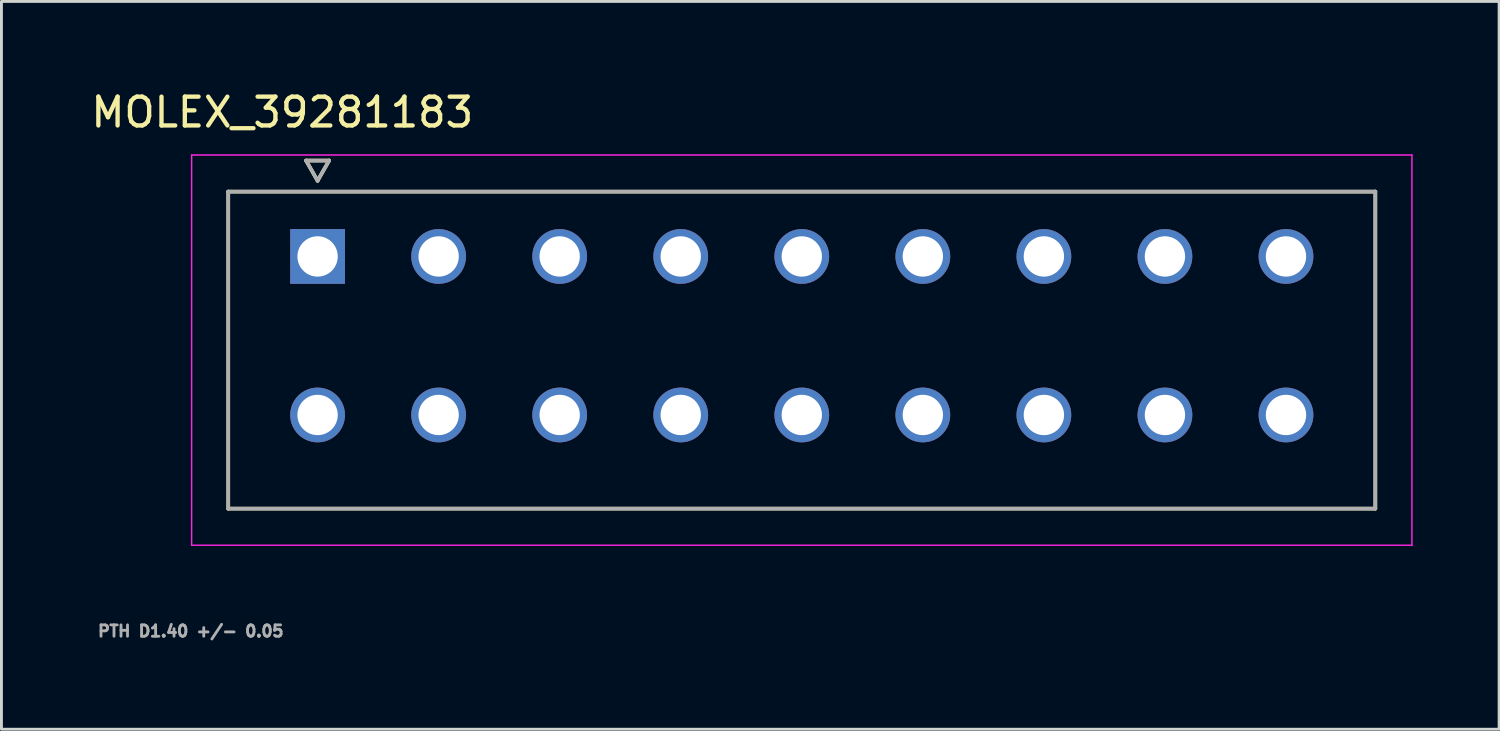
<source format=kicad_pcb>
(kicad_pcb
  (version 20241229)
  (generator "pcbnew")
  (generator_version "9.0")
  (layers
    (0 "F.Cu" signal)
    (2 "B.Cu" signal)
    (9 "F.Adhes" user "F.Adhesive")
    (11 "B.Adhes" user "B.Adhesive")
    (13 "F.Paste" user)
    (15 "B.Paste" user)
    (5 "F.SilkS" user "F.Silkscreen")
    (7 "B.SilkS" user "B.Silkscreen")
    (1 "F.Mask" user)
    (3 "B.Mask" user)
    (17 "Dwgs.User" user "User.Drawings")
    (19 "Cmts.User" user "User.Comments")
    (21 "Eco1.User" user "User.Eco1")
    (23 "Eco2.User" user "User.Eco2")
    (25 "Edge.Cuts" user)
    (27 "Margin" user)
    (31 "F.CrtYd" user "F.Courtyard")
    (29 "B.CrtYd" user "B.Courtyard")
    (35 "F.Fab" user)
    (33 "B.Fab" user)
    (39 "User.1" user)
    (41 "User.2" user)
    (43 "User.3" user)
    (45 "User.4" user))
  (footprint "MOLEX_39281183"
    (layer "F.Cu")
    (at 7.969 5.848)
    (property "Reference" "MOLEX_39281183" (at -1.225 -5 0) (layer "F.SilkS") (effects (font (size 1 1) (thickness 0.15))))
    (attr through_hole)
    (fp_circle (center 0 5.5) (end 0.513 5.5) (stroke (width 1.026) (type solid)) (fill no) (layer "F.Mask"))
    (fp_circle (center 4.2 0) (end 4.713 0) (stroke (width 1.026) (type solid)) (fill no) (layer "F.Mask"))
    (fp_circle (center 4.2 5.5) (end 4.713 5.5) (stroke (width 1.026) (type solid)) (fill no) (layer "F.Mask"))
    (fp_circle (center 8.4 0) (end 8.913 0) (stroke (width 1.026) (type solid)) (fill no) (layer "F.Mask"))
    (fp_circle (center 8.4 5.5) (end 8.913 5.5) (stroke (width 1.026) (type solid)) (fill no) (layer "F.Mask"))
    (fp_circle (center 12.6 0) (end 13.113 0) (stroke (width 1.026) (type solid)) (fill no) (layer "F.Mask"))
    (fp_circle (center 12.6 5.5) (end 13.113 5.5) (stroke (width 1.026) (type solid)) (fill no) (layer "F.Mask"))
    (fp_circle (center 16.8 0) (end 17.313 0) (stroke (width 1.026) (type solid)) (fill no) (layer "F.Mask"))
    (fp_circle (center 16.8 5.5) (end 17.313 5.5) (stroke (width 1.026) (type solid)) (fill no) (layer "F.Mask"))
    (fp_circle (center 21 0) (end 21.513 0) (stroke (width 1.026) (type solid)) (fill no) (layer "F.Mask"))
    (fp_circle (center 21 5.5) (end 21.513 5.5) (stroke (width 1.026) (type solid)) (fill no) (layer "F.Mask"))
    (fp_circle (center 25.2 0) (end 25.713 0) (stroke (width 1.026) (type solid)) (fill no) (layer "F.Mask"))
    (fp_circle (center 25.2 5.5) (end 25.713 5.5) (stroke (width 1.026) (type solid)) (fill no) (layer "F.Mask"))
    (fp_circle (center 29.4 0) (end 29.913 0) (stroke (width 1.026) (type solid)) (fill no) (layer "F.Mask"))
    (fp_circle (center 29.4 5.5) (end 29.913 5.5) (stroke (width 1.026) (type solid)) (fill no) (layer "F.Mask"))
    (fp_circle (center 33.6 0) (end 34.113 0) (stroke (width 1.026) (type solid)) (fill no) (layer "F.Mask"))
    (fp_circle (center 33.6 5.5) (end 34.113 5.5) (stroke (width 1.026) (type solid)) (fill no) (layer "F.Mask"))
    (fp_poly (pts (xy -1.026 -1.026) (xy 1.026 -1.026) (xy 1.026 1.026) (xy -1.026 1.026)) (stroke (width 0.01) (type solid)) (fill yes) (layer "F.Mask"))
    (fp_circle (center 0 5.5) (end 0.513 5.5) (stroke (width 1.026) (type solid)) (fill no) (layer "B.Mask"))
    (fp_circle (center 4.2 0) (end 4.713 0) (stroke (width 1.026) (type solid)) (fill no) (layer "B.Mask"))
    (fp_circle (center 4.2 5.5) (end 4.713 5.5) (stroke (width 1.026) (type solid)) (fill no) (layer "B.Mask"))
    (fp_circle (center 8.4 0) (end 8.913 0) (stroke (width 1.026) (type solid)) (fill no) (layer "B.Mask"))
    (fp_circle (center 8.4 5.5) (end 8.913 5.5) (stroke (width 1.026) (type solid)) (fill no) (layer "B.Mask"))
    (fp_circle (center 12.6 0) (end 13.113 0) (stroke (width 1.026) (type solid)) (fill no) (layer "B.Mask"))
    (fp_circle (center 12.6 5.5) (end 13.113 5.5) (stroke (width 1.026) (type solid)) (fill no) (layer "B.Mask"))
    (fp_circle (center 16.8 0) (end 17.313 0) (stroke (width 1.026) (type solid)) (fill no) (layer "B.Mask"))
    (fp_circle (center 16.8 5.5) (end 17.313 5.5) (stroke (width 1.026) (type solid)) (fill no) (layer "B.Mask"))
    (fp_circle (center 21 0) (end 21.513 0) (stroke (width 1.026) (type solid)) (fill no) (layer "B.Mask"))
    (fp_circle (center 21 5.5) (end 21.513 5.5) (stroke (width 1.026) (type solid)) (fill no) (layer "B.Mask"))
    (fp_circle (center 25.2 0) (end 25.713 0) (stroke (width 1.026) (type solid)) (fill no) (layer "B.Mask"))
    (fp_circle (center 25.2 5.5) (end 25.713 5.5) (stroke (width 1.026) (type solid)) (fill no) (layer "B.Mask"))
    (fp_circle (center 29.4 0) (end 29.913 0) (stroke (width 1.026) (type solid)) (fill no) (layer "B.Mask"))
    (fp_circle (center 29.4 5.5) (end 29.913 5.5) (stroke (width 1.026) (type solid)) (fill no) (layer "B.Mask"))
    (fp_circle (center 33.6 0) (end 34.113 0) (stroke (width 1.026) (type solid)) (fill no) (layer "B.Mask"))
    (fp_circle (center 33.6 5.5) (end 34.113 5.5) (stroke (width 1.026) (type solid)) (fill no) (layer "B.Mask"))
    (fp_poly (pts (xy -1.026 -1.026) (xy 1.026 -1.026) (xy 1.026 1.026) (xy -1.026 1.026)) (stroke (width 0.01) (type solid)) (fill yes) (layer "B.Mask"))
    (fp_line (start -3.1 -2.25) (end 36.7 -2.25) (stroke (width 0.127) (type solid)) (layer "F.SilkS"))
    (fp_line (start -3.1 8.75) (end -3.1 -2.25) (stroke (width 0.127) (type solid)) (layer "F.SilkS"))
    (fp_line (start -0.4 -3.327) (end 0 -2.627) (stroke (width 0.127) (type solid)) (layer "F.SilkS"))
    (fp_line (start 0 -2.627) (end 0.4 -3.327) (stroke (width 0.127) (type solid)) (layer "F.SilkS"))
    (fp_line (start 0.4 -3.327) (end -0.4 -3.327) (stroke (width 0.127) (type solid)) (layer "F.SilkS"))
    (fp_line (start 36.7 -2.25) (end 36.7 8.75) (stroke (width 0.127) (type solid)) (layer "F.SilkS"))
    (fp_line (start 36.7 8.75) (end -3.1 8.75) (stroke (width 0.127) (type solid)) (layer "F.SilkS"))
    (fp_line (start -4.37 -3.52) (end 37.97 -3.52) (stroke (width 0.05) (type solid)) (layer "F.CrtYd"))
    (fp_line (start -4.37 10.02) (end -4.37 -3.52) (stroke (width 0.05) (type solid)) (layer "F.CrtYd"))
    (fp_line (start 37.97 -3.52) (end 37.97 10.02) (stroke (width 0.05) (type solid)) (layer "F.CrtYd"))
    (fp_line (start 37.97 10.02) (end -4.37 10.02) (stroke (width 0.05) (type solid)) (layer "F.CrtYd"))
    (fp_line (start -3.1 -2.25) (end 36.7 -2.25) (stroke (width 0.127) (type solid)) (layer "F.Fab"))
    (fp_line (start -3.1 8.75) (end -3.1 -2.25) (stroke (width 0.127) (type solid)) (layer "F.Fab"))
    (fp_line (start -0.4 -3.327) (end 0 -2.627) (stroke (width 0.127) (type solid)) (layer "F.Fab"))
    (fp_line (start 0 -2.627) (end 0.4 -3.327) (stroke (width 0.127) (type solid)) (layer "F.Fab"))
    (fp_line (start 0.4 -3.327) (end -0.4 -3.327) (stroke (width 0.127) (type solid)) (layer "F.Fab"))
    (fp_line (start 36.7 -2.25) (end 36.7 8.75) (stroke (width 0.127) (type solid)) (layer "F.Fab"))
    (fp_line (start 36.7 8.75) (end -3.1 8.75) (stroke (width 0.127) (type solid)) (layer "F.Fab"))
    (fp_text user "PTH D1.40 +/- 0.05" (at -4.4 13 0) (layer "F.Fab") (effects (font (size 0.394 0.394) (thickness 0.15))))
    (pad "1" thru_hole rect (at 0 0) (size 1.9 1.9) (drill 1.4) (layers "*.Cu"))
    (pad "2" thru_hole circle (at 4.2 0) (size 1.9 1.9) (drill 1.4) (layers "*.Cu"))
    (pad "3" thru_hole circle (at 8.4 0) (size 1.9 1.9) (drill 1.4) (layers "*.Cu"))
    (pad "4" thru_hole circle (at 12.6 0) (size 1.9 1.9) (drill 1.4) (layers "*.Cu"))
    (pad "5" thru_hole circle (at 16.8 0) (size 1.9 1.9) (drill 1.4) (layers "*.Cu"))
    (pad "6" thru_hole circle (at 21 0) (size 1.9 1.9) (drill 1.4) (layers "*.Cu"))
    (pad "7" thru_hole circle (at 25.2 0) (size 1.9 1.9) (drill 1.4) (layers "*.Cu"))
    (pad "8" thru_hole circle (at 29.4 0) (size 1.9 1.9) (drill 1.4) (layers "*.Cu"))
    (pad "9" thru_hole circle (at 33.6 0) (size 1.9 1.9) (drill 1.4) (layers "*.Cu"))
    (pad "10" thru_hole circle (at 0 5.5) (size 1.9 1.9) (drill 1.4) (layers "*.Cu"))
    (pad "11" thru_hole circle (at 4.2 5.5) (size 1.9 1.9) (drill 1.4) (layers "*.Cu"))
    (pad "12" thru_hole circle (at 8.4 5.5) (size 1.9 1.9) (drill 1.4) (layers "*.Cu"))
    (pad "13" thru_hole circle (at 12.6 5.5) (size 1.9 1.9) (drill 1.4) (layers "*.Cu"))
    (pad "14" thru_hole circle (at 16.8 5.5) (size 1.9 1.9) (drill 1.4) (layers "*.Cu"))
    (pad "15" thru_hole circle (at 21 5.5) (size 1.9 1.9) (drill 1.4) (layers "*.Cu"))
    (pad "16" thru_hole circle (at 25.2 5.5) (size 1.9 1.9) (drill 1.4) (layers "*.Cu"))
    (pad "17" thru_hole circle (at 29.4 5.5) (size 1.9 1.9) (drill 1.4) (layers "*.Cu"))
    (pad "18" thru_hole circle (at 33.6 5.5) (size 1.9 1.9) (drill 1.4) (layers "*.Cu")))
  (gr_rect
    (start -3 -3)
    (end 48.964 22.251)
    (stroke (width 0.1) (type default))
    (fill no)
    (layer "Edge.Cuts")))
</source>
